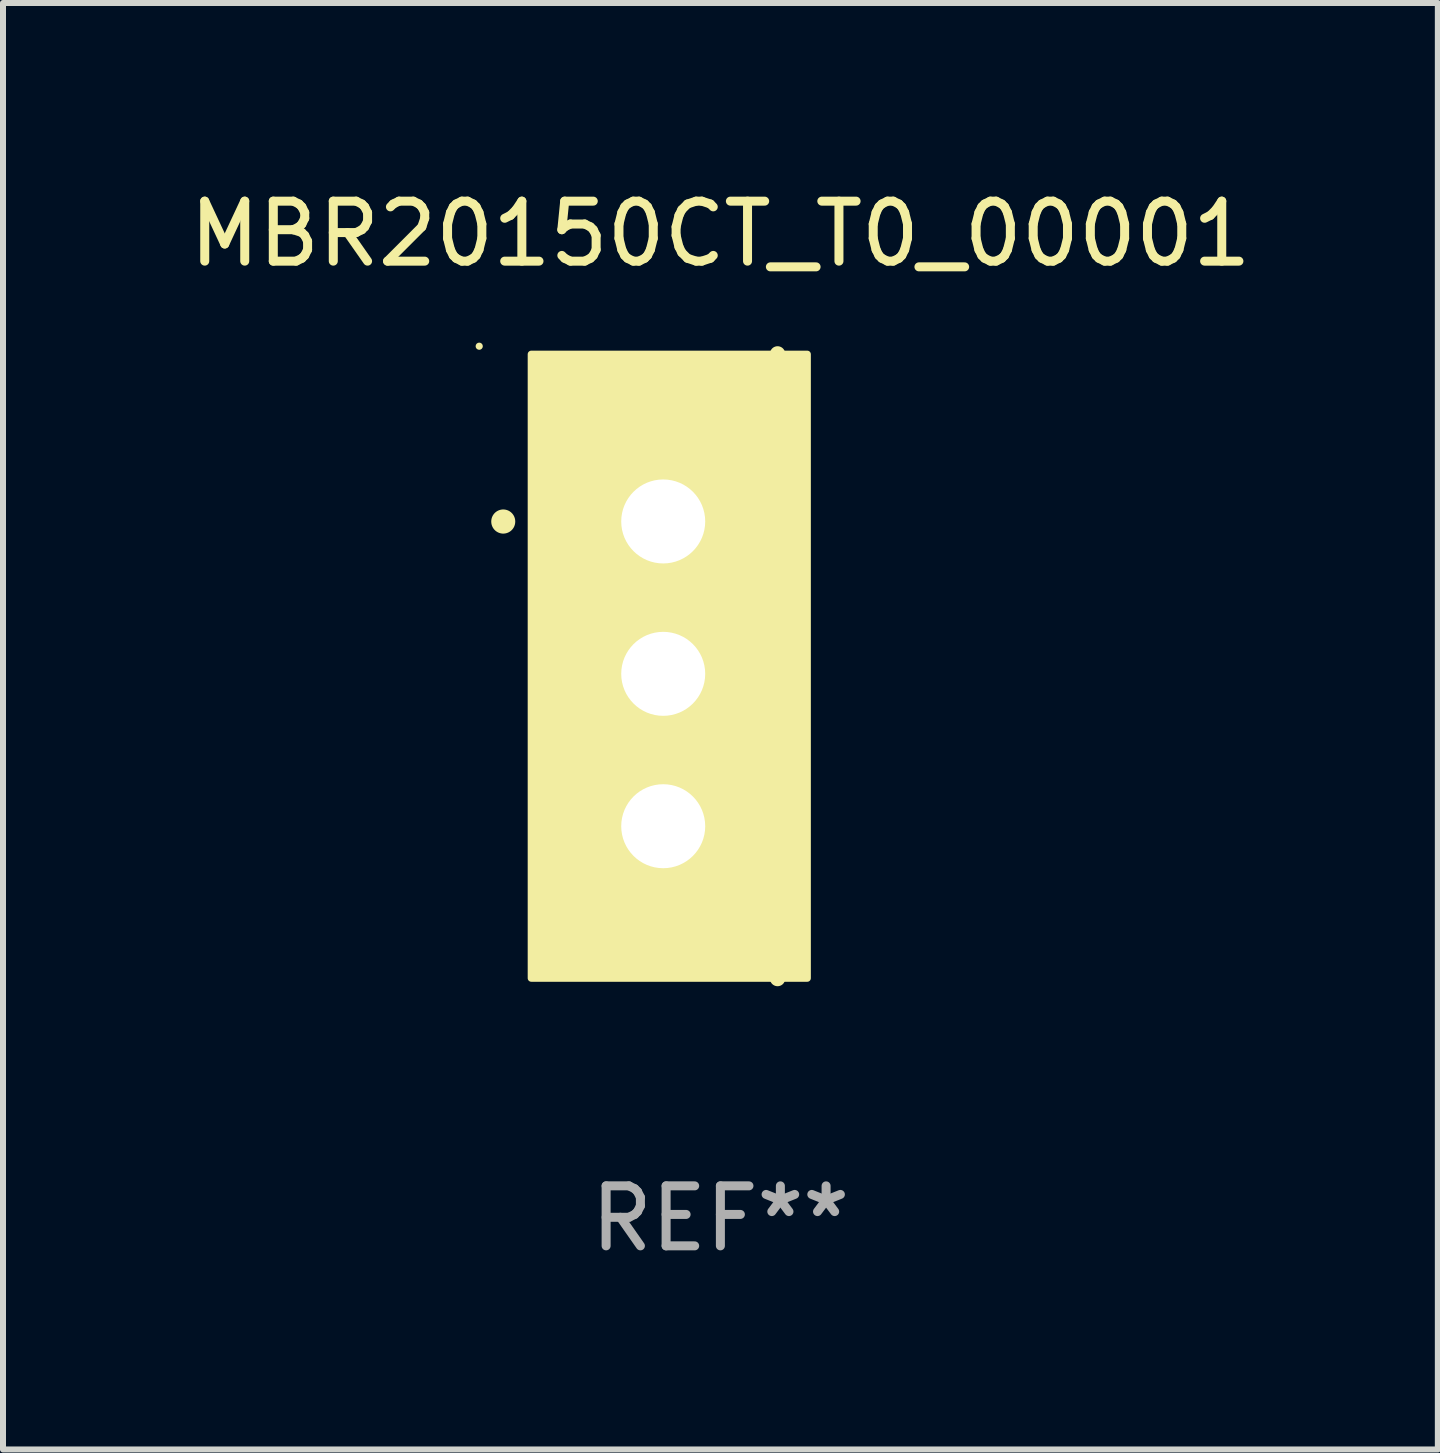
<source format=kicad_pcb>
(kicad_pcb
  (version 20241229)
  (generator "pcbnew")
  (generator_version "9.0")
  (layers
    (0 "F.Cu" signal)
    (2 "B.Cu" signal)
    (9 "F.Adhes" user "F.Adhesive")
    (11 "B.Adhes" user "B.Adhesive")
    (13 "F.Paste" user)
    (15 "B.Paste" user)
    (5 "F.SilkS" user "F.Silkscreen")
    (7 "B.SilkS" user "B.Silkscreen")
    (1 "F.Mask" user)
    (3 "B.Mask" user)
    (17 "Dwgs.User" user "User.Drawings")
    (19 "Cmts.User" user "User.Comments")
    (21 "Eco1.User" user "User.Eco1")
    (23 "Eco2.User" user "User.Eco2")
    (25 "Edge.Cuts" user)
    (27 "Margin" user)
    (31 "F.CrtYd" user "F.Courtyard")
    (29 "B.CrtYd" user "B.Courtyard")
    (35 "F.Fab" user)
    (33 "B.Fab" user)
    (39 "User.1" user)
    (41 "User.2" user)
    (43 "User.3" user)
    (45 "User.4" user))
  (footprint "MBR20150CT_T0_00001"
    (layer "F.Cu")
    (at 8.958 8.055)
    (property "Reference" "MBR20150CT_T0_00001" (at 0 -7.207 0) (layer "F.SilkS") (effects (font (size 1 1) (thickness 0.15))))
    (attr through_hole)
    (fp_line (start 0.953 5.207) (end 0.953 -5.207) (stroke (width 0.254) (type solid)) (layer "F.SilkS"))
    (fp_arc (start -3.619507 -2.410465) (mid -3.619511 -2.411735) (end -3.619507 -2.413005) (stroke (width 0.4) (type solid)) (layer "F.SilkS"))
    (fp_circle (center -4.02 -5.334) (end -3.99 -5.334) (stroke (width 0.06) (type solid)) (fill no) (layer "F.SilkS"))
    (fp_poly (pts (xy -3.152 -5.2) (xy 1.448 -5.2) (xy 1.448 5.2) (xy -3.152 5.2)) (stroke (width 0.12) (type solid)) (fill yes) (layer "F.SilkS"))
    (fp_text user "REF**" (at 0 9.207 0) (layer "F.Fab") (effects (font (size 1 1) (thickness 0.15))))
    (pad "1" thru_hole rect (at -0.953 -2.413 270) (size 2 2.5) (drill 1.4) (layers "*.Cu" "*.Mask"))
    (pad "2" thru_hole oval (at -0.953 0.127 270) (size 2 2.5) (drill 1.4) (layers "*.Cu" "*.Mask"))
    (pad "3" thru_hole oval (at -0.953 2.667 270) (size 2 2.5) (drill 1.4) (layers "*.Cu" "*.Mask")))
  (gr_rect
    (start -3 -3)
    (end 20.917 21.111)
    (stroke (width 0.1) (type default))
    (fill no)
    (layer "Edge.Cuts")))
</source>
